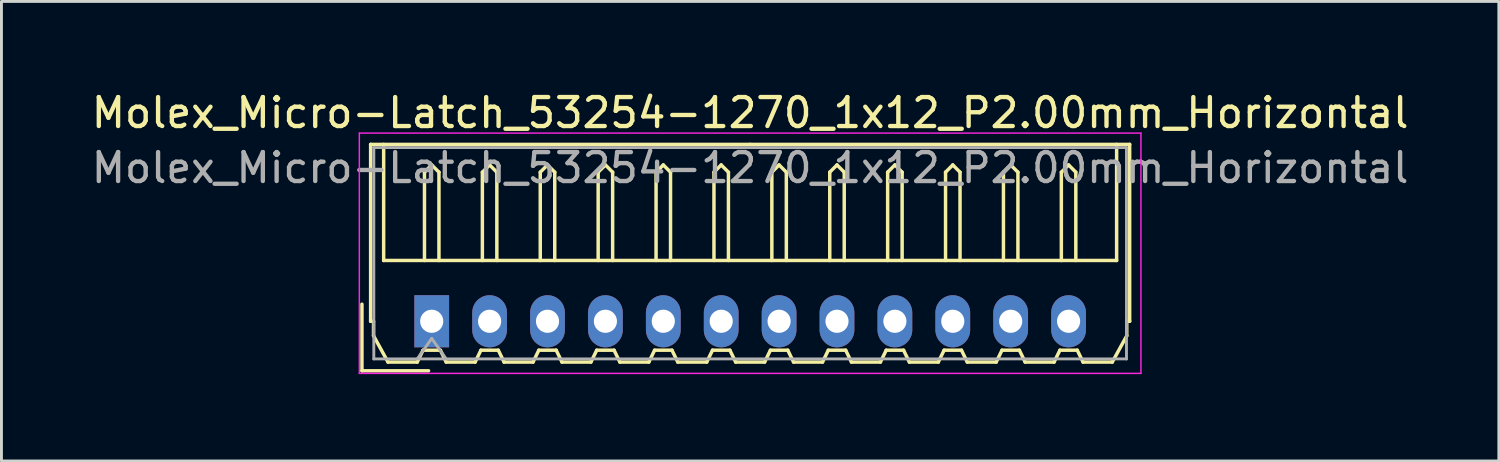
<source format=kicad_pcb>
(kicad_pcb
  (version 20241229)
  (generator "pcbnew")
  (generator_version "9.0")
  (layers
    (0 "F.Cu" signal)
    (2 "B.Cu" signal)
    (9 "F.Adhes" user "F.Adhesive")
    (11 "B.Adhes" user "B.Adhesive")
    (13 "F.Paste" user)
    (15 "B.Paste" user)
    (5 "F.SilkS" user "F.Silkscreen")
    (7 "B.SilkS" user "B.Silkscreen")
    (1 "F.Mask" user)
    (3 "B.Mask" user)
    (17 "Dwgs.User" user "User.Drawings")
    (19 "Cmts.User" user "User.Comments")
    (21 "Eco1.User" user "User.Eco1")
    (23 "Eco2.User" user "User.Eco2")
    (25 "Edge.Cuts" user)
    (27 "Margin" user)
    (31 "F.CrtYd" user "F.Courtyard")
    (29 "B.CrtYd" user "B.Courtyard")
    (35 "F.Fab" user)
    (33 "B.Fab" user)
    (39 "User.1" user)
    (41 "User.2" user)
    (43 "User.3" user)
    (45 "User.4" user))
  (footprint "Molex_Micro-Latch_53254-1270_1x12_P2.00mm_Horizontal"
    (layer "F.Cu")
    (at 11.863 8.048)
    (property "Reference" "Molex_Micro-Latch_53254-1270_1x12_P2.00mm_Horizontal" (at 11 -7.2 0) (layer "F.SilkS") (effects (font (size 1 1) (thickness 0.15))))
    (attr through_hole)
    (fp_line (start -2.41 1.71) (end -2.41 -0.59) (stroke (width 0.12) (type solid)) (layer "F.SilkS"))
    (fp_line (start -2.11 -6.11) (end 11 -6.11) (stroke (width 0.12) (type solid)) (layer "F.SilkS"))
    (fp_line (start -2.11 0) (end -2.11 -6.11) (stroke (width 0.12) (type solid)) (layer "F.SilkS"))
    (fp_line (start -2.01 0) (end -2.11 0) (stroke (width 0.12) (type solid)) (layer "F.SilkS"))
    (fp_line (start -2.01 0.5) (end -2.01 0) (stroke (width 0.12) (type solid)) (layer "F.SilkS"))
    (fp_line (start -1.66 -6.11) (end -1.66 -2.1) (stroke (width 0.12) (type solid)) (layer "F.SilkS"))
    (fp_line (start -1.66 -2.1) (end 23.66 -2.1) (stroke (width 0.12) (type solid)) (layer "F.SilkS"))
    (fp_line (start -1.51 1.41) (end -2.01 0.5) (stroke (width 0.12) (type solid)) (layer "F.SilkS"))
    (fp_line (start -0.5 1.41) (end -1.51 1.41) (stroke (width 0.12) (type solid)) (layer "F.SilkS"))
    (fp_line (start -0.3 1) (end -0.5 1.41) (stroke (width 0.12) (type solid)) (layer "F.SilkS"))
    (fp_line (start -0.3 1) (end 0.3 1) (stroke (width 0.12) (type solid)) (layer "F.SilkS"))
    (fp_line (start -0.25 -5.15) (end 0 -5.4) (stroke (width 0.12) (type solid)) (layer "F.SilkS"))
    (fp_line (start -0.25 -2.1) (end -0.25 -5.15) (stroke (width 0.12) (type solid)) (layer "F.SilkS"))
    (fp_line (start -0.11 1.71) (end -2.41 1.71) (stroke (width 0.12) (type solid)) (layer "F.SilkS"))
    (fp_line (start 0 -5.4) (end 0.25 -5.15) (stroke (width 0.12) (type solid)) (layer "F.SilkS"))
    (fp_line (start 0.25 -5.15) (end 0.25 -2.1) (stroke (width 0.12) (type solid)) (layer "F.SilkS"))
    (fp_line (start 0.3 1) (end 0.5 1.41) (stroke (width 0.12) (type solid)) (layer "F.SilkS"))
    (fp_line (start 0.5 1.41) (end 1.5 1.41) (stroke (width 0.12) (type solid)) (layer "F.SilkS"))
    (fp_line (start 1.5 1.41) (end 1.7 1) (stroke (width 0.12) (type solid)) (layer "F.SilkS"))
    (fp_line (start 1.7 1) (end 2.3 1) (stroke (width 0.12) (type solid)) (layer "F.SilkS"))
    (fp_line (start 1.75 -5.15) (end 2 -5.4) (stroke (width 0.12) (type solid)) (layer "F.SilkS"))
    (fp_line (start 1.75 -2.1) (end 1.75 -5.15) (stroke (width 0.12) (type solid)) (layer "F.SilkS"))
    (fp_line (start 2 -5.4) (end 2.25 -5.15) (stroke (width 0.12) (type solid)) (layer "F.SilkS"))
    (fp_line (start 2.25 -5.15) (end 2.25 -2.1) (stroke (width 0.12) (type solid)) (layer "F.SilkS"))
    (fp_line (start 2.3 1) (end 2.5 1.41) (stroke (width 0.12) (type solid)) (layer "F.SilkS"))
    (fp_line (start 2.5 1.41) (end 3.5 1.41) (stroke (width 0.12) (type solid)) (layer "F.SilkS"))
    (fp_line (start 3.5 1.41) (end 3.7 1) (stroke (width 0.12) (type solid)) (layer "F.SilkS"))
    (fp_line (start 3.7 1) (end 4.3 1) (stroke (width 0.12) (type solid)) (layer "F.SilkS"))
    (fp_line (start 3.75 -5.15) (end 4 -5.4) (stroke (width 0.12) (type solid)) (layer "F.SilkS"))
    (fp_line (start 3.75 -2.1) (end 3.75 -5.15) (stroke (width 0.12) (type solid)) (layer "F.SilkS"))
    (fp_line (start 4 -5.4) (end 4.25 -5.15) (stroke (width 0.12) (type solid)) (layer "F.SilkS"))
    (fp_line (start 4.25 -5.15) (end 4.25 -2.1) (stroke (width 0.12) (type solid)) (layer "F.SilkS"))
    (fp_line (start 4.3 1) (end 4.5 1.41) (stroke (width 0.12) (type solid)) (layer "F.SilkS"))
    (fp_line (start 4.5 1.41) (end 5.5 1.41) (stroke (width 0.12) (type solid)) (layer "F.SilkS"))
    (fp_line (start 5.5 1.41) (end 5.7 1) (stroke (width 0.12) (type solid)) (layer "F.SilkS"))
    (fp_line (start 5.7 1) (end 6.3 1) (stroke (width 0.12) (type solid)) (layer "F.SilkS"))
    (fp_line (start 5.75 -5.15) (end 6 -5.4) (stroke (width 0.12) (type solid)) (layer "F.SilkS"))
    (fp_line (start 5.75 -2.1) (end 5.75 -5.15) (stroke (width 0.12) (type solid)) (layer "F.SilkS"))
    (fp_line (start 6 -5.4) (end 6.25 -5.15) (stroke (width 0.12) (type solid)) (layer "F.SilkS"))
    (fp_line (start 6.25 -5.15) (end 6.25 -2.1) (stroke (width 0.12) (type solid)) (layer "F.SilkS"))
    (fp_line (start 6.3 1) (end 6.5 1.41) (stroke (width 0.12) (type solid)) (layer "F.SilkS"))
    (fp_line (start 6.5 1.41) (end 7.5 1.41) (stroke (width 0.12) (type solid)) (layer "F.SilkS"))
    (fp_line (start 7.5 1.41) (end 7.7 1) (stroke (width 0.12) (type solid)) (layer "F.SilkS"))
    (fp_line (start 7.7 1) (end 8.3 1) (stroke (width 0.12) (type solid)) (layer "F.SilkS"))
    (fp_line (start 7.75 -5.15) (end 8 -5.4) (stroke (width 0.12) (type solid)) (layer "F.SilkS"))
    (fp_line (start 7.75 -2.1) (end 7.75 -5.15) (stroke (width 0.12) (type solid)) (layer "F.SilkS"))
    (fp_line (start 8 -5.4) (end 8.25 -5.15) (stroke (width 0.12) (type solid)) (layer "F.SilkS"))
    (fp_line (start 8.25 -5.15) (end 8.25 -2.1) (stroke (width 0.12) (type solid)) (layer "F.SilkS"))
    (fp_line (start 8.3 1) (end 8.5 1.41) (stroke (width 0.12) (type solid)) (layer "F.SilkS"))
    (fp_line (start 8.5 1.41) (end 9.5 1.41) (stroke (width 0.12) (type solid)) (layer "F.SilkS"))
    (fp_line (start 9.5 1.41) (end 9.7 1) (stroke (width 0.12) (type solid)) (layer "F.SilkS"))
    (fp_line (start 9.7 1) (end 10.3 1) (stroke (width 0.12) (type solid)) (layer "F.SilkS"))
    (fp_line (start 9.75 -5.15) (end 10 -5.4) (stroke (width 0.12) (type solid)) (layer "F.SilkS"))
    (fp_line (start 9.75 -2.1) (end 9.75 -5.15) (stroke (width 0.12) (type solid)) (layer "F.SilkS"))
    (fp_line (start 10 -5.4) (end 10.25 -5.15) (stroke (width 0.12) (type solid)) (layer "F.SilkS"))
    (fp_line (start 10.25 -5.15) (end 10.25 -2.1) (stroke (width 0.12) (type solid)) (layer "F.SilkS"))
    (fp_line (start 10.3 1) (end 10.5 1.41) (stroke (width 0.12) (type solid)) (layer "F.SilkS"))
    (fp_line (start 10.5 1.41) (end 11.5 1.41) (stroke (width 0.12) (type solid)) (layer "F.SilkS"))
    (fp_line (start 11.5 1.41) (end 11.7 1) (stroke (width 0.12) (type solid)) (layer "F.SilkS"))
    (fp_line (start 11.7 1) (end 12.3 1) (stroke (width 0.12) (type solid)) (layer "F.SilkS"))
    (fp_line (start 11.75 -5.15) (end 12 -5.4) (stroke (width 0.12) (type solid)) (layer "F.SilkS"))
    (fp_line (start 11.75 -2.1) (end 11.75 -5.15) (stroke (width 0.12) (type solid)) (layer "F.SilkS"))
    (fp_line (start 12 -5.4) (end 12.25 -5.15) (stroke (width 0.12) (type solid)) (layer "F.SilkS"))
    (fp_line (start 12.25 -5.15) (end 12.25 -2.1) (stroke (width 0.12) (type solid)) (layer "F.SilkS"))
    (fp_line (start 12.3 1) (end 12.5 1.41) (stroke (width 0.12) (type solid)) (layer "F.SilkS"))
    (fp_line (start 12.5 1.41) (end 13.5 1.41) (stroke (width 0.12) (type solid)) (layer "F.SilkS"))
    (fp_line (start 13.5 1.41) (end 13.7 1) (stroke (width 0.12) (type solid)) (layer "F.SilkS"))
    (fp_line (start 13.7 1) (end 14.3 1) (stroke (width 0.12) (type solid)) (layer "F.SilkS"))
    (fp_line (start 13.75 -5.15) (end 14 -5.4) (stroke (width 0.12) (type solid)) (layer "F.SilkS"))
    (fp_line (start 13.75 -2.1) (end 13.75 -5.15) (stroke (width 0.12) (type solid)) (layer "F.SilkS"))
    (fp_line (start 14 -5.4) (end 14.25 -5.15) (stroke (width 0.12) (type solid)) (layer "F.SilkS"))
    (fp_line (start 14.25 -5.15) (end 14.25 -2.1) (stroke (width 0.12) (type solid)) (layer "F.SilkS"))
    (fp_line (start 14.3 1) (end 14.5 1.41) (stroke (width 0.12) (type solid)) (layer "F.SilkS"))
    (fp_line (start 14.5 1.41) (end 15.5 1.41) (stroke (width 0.12) (type solid)) (layer "F.SilkS"))
    (fp_line (start 15.5 1.41) (end 15.7 1) (stroke (width 0.12) (type solid)) (layer "F.SilkS"))
    (fp_line (start 15.7 1) (end 16.3 1) (stroke (width 0.12) (type solid)) (layer "F.SilkS"))
    (fp_line (start 15.75 -5.15) (end 16 -5.4) (stroke (width 0.12) (type solid)) (layer "F.SilkS"))
    (fp_line (start 15.75 -2.1) (end 15.75 -5.15) (stroke (width 0.12) (type solid)) (layer "F.SilkS"))
    (fp_line (start 16 -5.4) (end 16.25 -5.15) (stroke (width 0.12) (type solid)) (layer "F.SilkS"))
    (fp_line (start 16.25 -5.15) (end 16.25 -2.1) (stroke (width 0.12) (type solid)) (layer "F.SilkS"))
    (fp_line (start 16.3 1) (end 16.5 1.41) (stroke (width 0.12) (type solid)) (layer "F.SilkS"))
    (fp_line (start 16.5 1.41) (end 17.5 1.41) (stroke (width 0.12) (type solid)) (layer "F.SilkS"))
    (fp_line (start 17.5 1.41) (end 17.7 1) (stroke (width 0.12) (type solid)) (layer "F.SilkS"))
    (fp_line (start 17.7 1) (end 18.3 1) (stroke (width 0.12) (type solid)) (layer "F.SilkS"))
    (fp_line (start 17.75 -5.15) (end 18 -5.4) (stroke (width 0.12) (type solid)) (layer "F.SilkS"))
    (fp_line (start 17.75 -2.1) (end 17.75 -5.15) (stroke (width 0.12) (type solid)) (layer "F.SilkS"))
    (fp_line (start 18 -5.4) (end 18.25 -5.15) (stroke (width 0.12) (type solid)) (layer "F.SilkS"))
    (fp_line (start 18.25 -5.15) (end 18.25 -2.1) (stroke (width 0.12) (type solid)) (layer "F.SilkS"))
    (fp_line (start 18.3 1) (end 18.5 1.41) (stroke (width 0.12) (type solid)) (layer "F.SilkS"))
    (fp_line (start 18.5 1.41) (end 19.5 1.41) (stroke (width 0.12) (type solid)) (layer "F.SilkS"))
    (fp_line (start 19.5 1.41) (end 19.7 1) (stroke (width 0.12) (type solid)) (layer "F.SilkS"))
    (fp_line (start 19.7 1) (end 20.3 1) (stroke (width 0.12) (type solid)) (layer "F.SilkS"))
    (fp_line (start 19.75 -5.15) (end 20 -5.4) (stroke (width 0.12) (type solid)) (layer "F.SilkS"))
    (fp_line (start 19.75 -2.1) (end 19.75 -5.15) (stroke (width 0.12) (type solid)) (layer "F.SilkS"))
    (fp_line (start 20 -5.4) (end 20.25 -5.15) (stroke (width 0.12) (type solid)) (layer "F.SilkS"))
    (fp_line (start 20.25 -5.15) (end 20.25 -2.1) (stroke (width 0.12) (type solid)) (layer "F.SilkS"))
    (fp_line (start 20.3 1) (end 20.5 1.41) (stroke (width 0.12) (type solid)) (layer "F.SilkS"))
    (fp_line (start 20.5 1.41) (end 21.5 1.41) (stroke (width 0.12) (type solid)) (layer "F.SilkS"))
    (fp_line (start 21.5 1.41) (end 21.7 1) (stroke (width 0.12) (type solid)) (layer "F.SilkS"))
    (fp_line (start 21.7 1) (end 22.3 1) (stroke (width 0.12) (type solid)) (layer "F.SilkS"))
    (fp_line (start 21.75 -5.15) (end 22 -5.4) (stroke (width 0.12) (type solid)) (layer "F.SilkS"))
    (fp_line (start 21.75 -2.1) (end 21.75 -5.15) (stroke (width 0.12) (type solid)) (layer "F.SilkS"))
    (fp_line (start 22 -5.4) (end 22.25 -5.15) (stroke (width 0.12) (type solid)) (layer "F.SilkS"))
    (fp_line (start 22.25 -5.15) (end 22.25 -2.1) (stroke (width 0.12) (type solid)) (layer "F.SilkS"))
    (fp_line (start 22.3 1) (end 22.5 1.41) (stroke (width 0.12) (type solid)) (layer "F.SilkS"))
    (fp_line (start 22.5 1.41) (end 23.51 1.41) (stroke (width 0.12) (type solid)) (layer "F.SilkS"))
    (fp_line (start 23.51 1.41) (end 24.01 0.5) (stroke (width 0.12) (type solid)) (layer "F.SilkS"))
    (fp_line (start 23.66 -2.1) (end 23.66 -6.11) (stroke (width 0.12) (type solid)) (layer "F.SilkS"))
    (fp_line (start 24.01 0) (end 24.11 0) (stroke (width 0.12) (type solid)) (layer "F.SilkS"))
    (fp_line (start 24.01 0.5) (end 24.01 0) (stroke (width 0.12) (type solid)) (layer "F.SilkS"))
    (fp_line (start 24.11 -6.11) (end 11 -6.11) (stroke (width 0.12) (type solid)) (layer "F.SilkS"))
    (fp_line (start 24.11 0) (end 24.11 -6.11) (stroke (width 0.12) (type solid)) (layer "F.SilkS"))
    (fp_line (start -2.5 -6.5) (end -2.5 1.8) (stroke (width 0.05) (type solid)) (layer "F.CrtYd"))
    (fp_line (start -2.5 1.8) (end 24.5 1.8) (stroke (width 0.05) (type solid)) (layer "F.CrtYd"))
    (fp_line (start 24.5 -6.5) (end -2.5 -6.5) (stroke (width 0.05) (type solid)) (layer "F.CrtYd"))
    (fp_line (start 24.5 1.8) (end 24.5 -6.5) (stroke (width 0.05) (type solid)) (layer "F.CrtYd"))
    (fp_line (start -2 -6) (end -2 1.3) (stroke (width 0.1) (type solid)) (layer "F.Fab"))
    (fp_line (start -2 1.3) (end 24 1.3) (stroke (width 0.1) (type solid)) (layer "F.Fab"))
    (fp_line (start -0.5 1.3) (end 0 0.593) (stroke (width 0.1) (type solid)) (layer "F.Fab"))
    (fp_line (start 0 0.593) (end 0.5 1.3) (stroke (width 0.1) (type solid)) (layer "F.Fab"))
    (fp_line (start 24 -6) (end -2 -6) (stroke (width 0.1) (type solid)) (layer "F.Fab"))
    (fp_line (start 24 1.3) (end 24 -6) (stroke (width 0.1) (type solid)) (layer "F.Fab"))
    (fp_text user "${REFERENCE}" (at 11 -5.3 0) (layer "F.Fab") (effects (font (size 1 1) (thickness 0.15))))
    (pad "1" thru_hole rect (at 0 0) (size 1.2 1.8) (drill 0.8) (layers "*.Cu" "*.Mask"))
    (pad "2" thru_hole oval (at 2 0) (size 1.2 1.8) (drill 0.8) (layers "*.Cu" "*.Mask"))
    (pad "3" thru_hole oval (at 4 0) (size 1.2 1.8) (drill 0.8) (layers "*.Cu" "*.Mask"))
    (pad "4" thru_hole oval (at 6 0) (size 1.2 1.8) (drill 0.8) (layers "*.Cu" "*.Mask"))
    (pad "5" thru_hole oval (at 8 0) (size 1.2 1.8) (drill 0.8) (layers "*.Cu" "*.Mask"))
    (pad "6" thru_hole oval (at 10 0) (size 1.2 1.8) (drill 0.8) (layers "*.Cu" "*.Mask"))
    (pad "7" thru_hole oval (at 12 0) (size 1.2 1.8) (drill 0.8) (layers "*.Cu" "*.Mask"))
    (pad "8" thru_hole oval (at 14 0) (size 1.2 1.8) (drill 0.8) (layers "*.Cu" "*.Mask"))
    (pad "9" thru_hole oval (at 16 0) (size 1.2 1.8) (drill 0.8) (layers "*.Cu" "*.Mask"))
    (pad "10" thru_hole oval (at 18 0) (size 1.2 1.8) (drill 0.8) (layers "*.Cu" "*.Mask"))
    (pad "11" thru_hole oval (at 20 0) (size 1.2 1.8) (drill 0.8) (layers "*.Cu" "*.Mask"))
    (pad "12" thru_hole oval (at 22 0) (size 1.2 1.8) (drill 0.8) (layers "*.Cu" "*.Mask")))
  (gr_rect
    (start -3 -3)
    (end 48.726 12.873)
    (stroke (width 0.1) (type default))
    (fill no)
    (layer "Edge.Cuts")))
</source>
